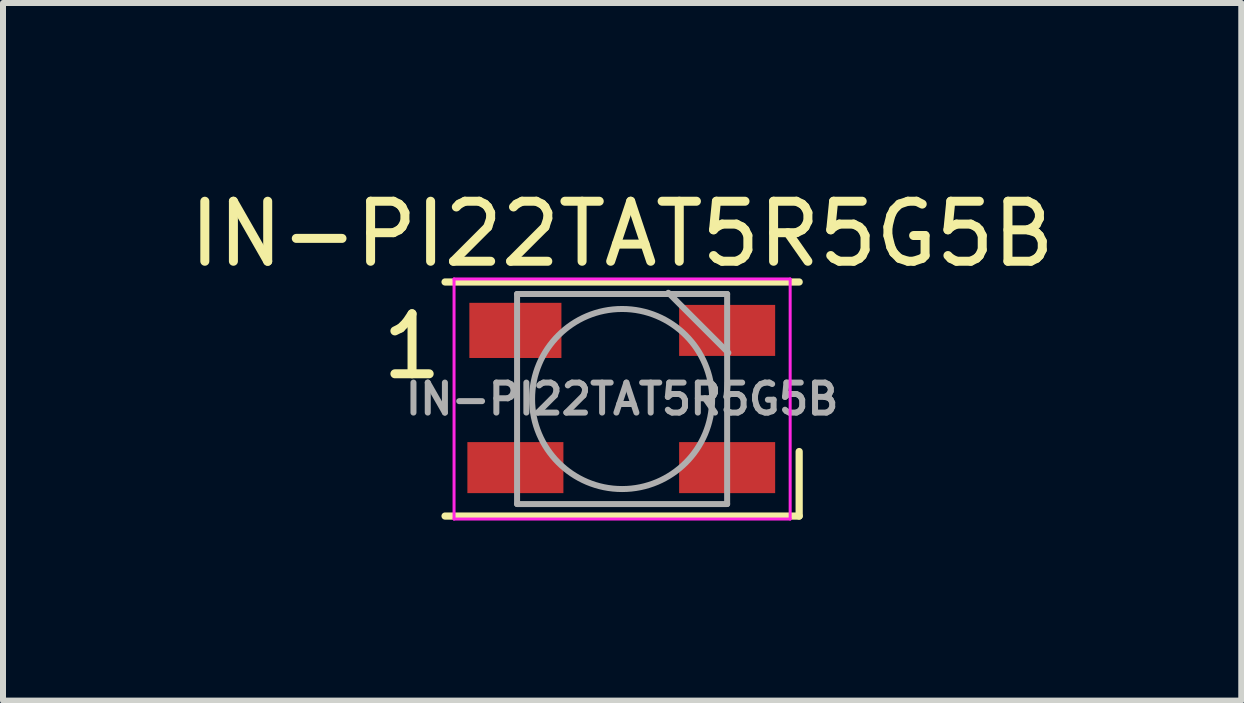
<source format=kicad_pcb>
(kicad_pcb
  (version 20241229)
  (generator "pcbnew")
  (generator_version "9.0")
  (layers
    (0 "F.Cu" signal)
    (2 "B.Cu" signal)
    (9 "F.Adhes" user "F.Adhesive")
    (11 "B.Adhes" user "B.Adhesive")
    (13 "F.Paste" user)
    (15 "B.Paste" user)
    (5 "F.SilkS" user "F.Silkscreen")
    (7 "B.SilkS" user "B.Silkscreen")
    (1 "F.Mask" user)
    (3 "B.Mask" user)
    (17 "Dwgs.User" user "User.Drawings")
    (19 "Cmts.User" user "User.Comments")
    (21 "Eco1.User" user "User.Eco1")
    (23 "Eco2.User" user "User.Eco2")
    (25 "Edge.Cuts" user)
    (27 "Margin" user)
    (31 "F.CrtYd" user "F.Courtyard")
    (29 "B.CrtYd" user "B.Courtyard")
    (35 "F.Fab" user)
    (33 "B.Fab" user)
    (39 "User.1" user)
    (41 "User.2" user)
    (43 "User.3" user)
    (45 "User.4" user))
  (footprint "IN-PI22TAT5R5G5B"
    (layer "F.Cu")
    (at 7.315 3.598)
    (property "Reference" "IN-PI22TAT5R5G5B" (at 0 -2.75 0) (layer "F.SilkS") (effects (font (size 1 1) (thickness 0.15))))
    (attr smd)
    (fp_line (start -2.95 -1.95) (end 2.95 -1.95) (stroke (width 0.12) (type solid)) (layer "F.SilkS"))
    (fp_line (start -2.95 1.95) (end 2.95 1.95) (stroke (width 0.12) (type solid)) (layer "F.SilkS"))
    (fp_line (start 2.95 1.95) (end 2.95 0.875) (stroke (width 0.12) (type solid)) (layer "F.SilkS"))
    (fp_line (start -2.8 -2) (end -2.8 2) (stroke (width 0.05) (type solid)) (layer "F.CrtYd"))
    (fp_line (start -2.8 2) (end 2.8 2) (stroke (width 0.05) (type solid)) (layer "F.CrtYd"))
    (fp_line (start 2.8 -2) (end -2.8 -2) (stroke (width 0.05) (type solid)) (layer "F.CrtYd"))
    (fp_line (start 2.8 2) (end 2.8 -2) (stroke (width 0.05) (type solid)) (layer "F.CrtYd"))
    (fp_line (start -1.75 -1.75) (end -1.75 1.75) (stroke (width 0.1) (type solid)) (layer "F.Fab"))
    (fp_line (start -1.75 1.75) (end 1.75 1.75) (stroke (width 0.1) (type solid)) (layer "F.Fab"))
    (fp_line (start 1.75 -1.75) (end -1.75 -1.75) (stroke (width 0.1) (type solid)) (layer "F.Fab"))
    (fp_line (start 1.75 1.75) (end 1.75 -1.75) (stroke (width 0.1) (type solid)) (layer "F.Fab"))
    (fp_line (start 1.77 -0.77) (end 0.77 -1.77) (stroke (width 0.1) (type solid)) (layer "F.Fab"))
    (fp_circle (center 0 0) (end 0 -1.5) (stroke (width 0.1) (type solid)) (fill no) (layer "F.Fab"))
    (fp_text user "1" (at -3.5 -0.875 0) (layer "F.SilkS") (effects (font (size 1 1) (thickness 0.15))))
    (fp_text user "${REFERENCE}" (at 0 0 0) (layer "F.Fab") (effects (font (size 0.5 0.5) (thickness 0.1))))
    (pad "1" smd rect (at 1.75 1.143) (size 1.6 0.85) (layers "F.Cu" "F.Mask" "F.Paste"))
    (pad "2" smd rect (at 1.75 -1.143) (size 1.6 0.85) (layers "F.Cu" "F.Mask" "F.Paste"))
    (pad "3" smd rect (at -1.778 -1.143) (size 1.534 0.919) (layers "F.Cu" "F.Mask" "F.Paste"))
    (pad "4" smd rect (at -1.778 1.143) (size 1.6 0.85) (layers "F.Cu" "F.Mask" "F.Paste")))
  (gr_rect
    (start -3 -3)
    (end 17.631 8.623)
    (stroke (width 0.1) (type default))
    (fill no)
    (layer "Edge.Cuts")))
</source>
